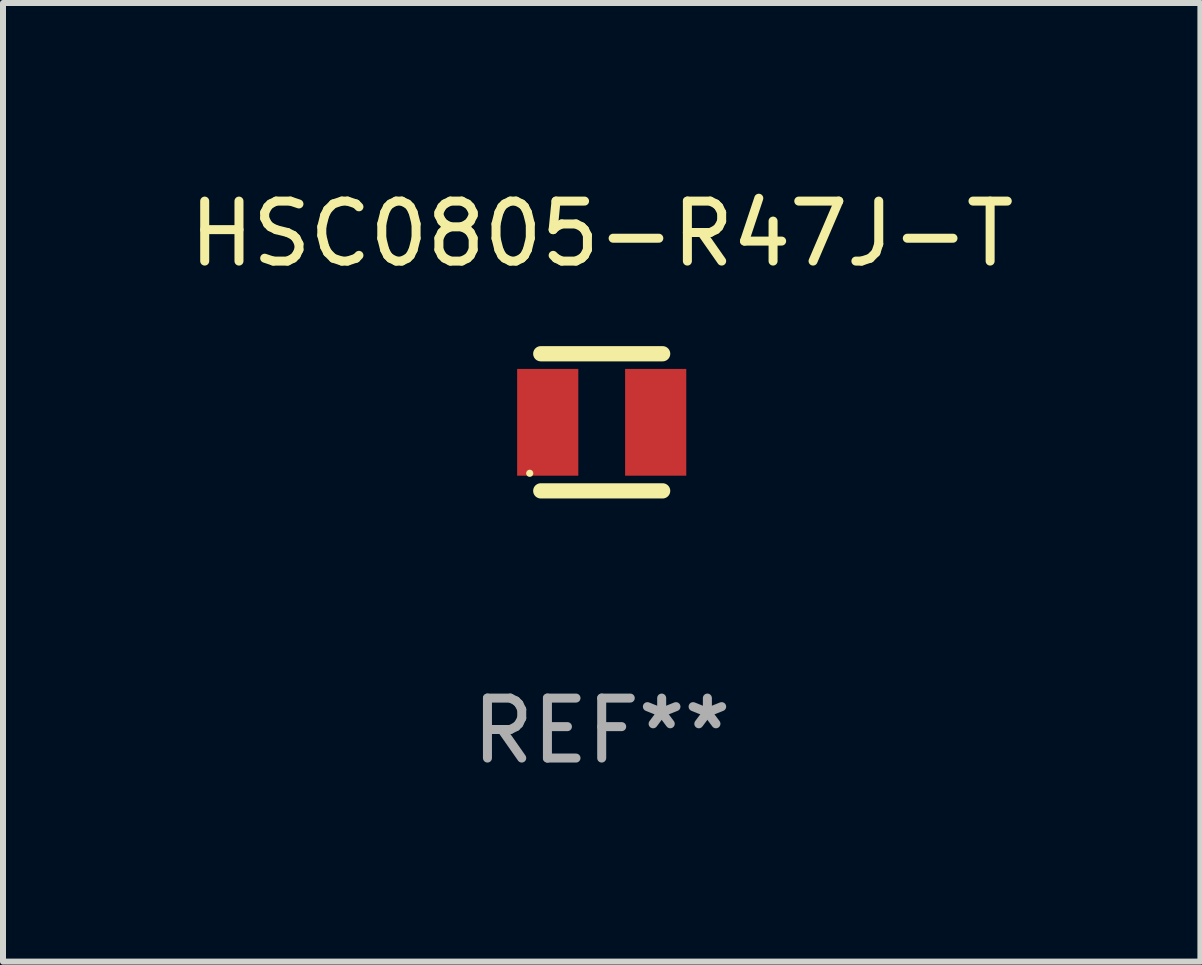
<source format=kicad_pcb>
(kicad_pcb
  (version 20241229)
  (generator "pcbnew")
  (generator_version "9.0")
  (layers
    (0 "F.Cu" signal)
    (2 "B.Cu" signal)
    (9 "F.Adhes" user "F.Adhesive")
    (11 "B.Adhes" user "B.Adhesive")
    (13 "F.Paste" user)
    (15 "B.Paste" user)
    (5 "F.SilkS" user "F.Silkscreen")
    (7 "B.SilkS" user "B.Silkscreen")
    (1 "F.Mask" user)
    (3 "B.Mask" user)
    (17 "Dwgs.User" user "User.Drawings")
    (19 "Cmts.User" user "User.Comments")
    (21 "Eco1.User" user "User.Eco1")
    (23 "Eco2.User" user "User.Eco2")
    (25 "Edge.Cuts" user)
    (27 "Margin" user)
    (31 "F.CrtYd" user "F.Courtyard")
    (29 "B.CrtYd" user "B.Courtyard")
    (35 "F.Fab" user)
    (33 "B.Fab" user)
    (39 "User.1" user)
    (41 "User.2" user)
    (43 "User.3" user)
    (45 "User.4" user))
  (footprint "HSC0805-R47J-T"
    (layer "F.Cu")
    (at 6.982 3.991)
    (property "Reference" "HSC0805-R47J-T" (at 0 -3.143 0) (layer "F.SilkS") (effects (font (size 1 1) (thickness 0.15))))
    (attr through_hole)
    (fp_line (start -1.016 -1.143) (end 1.016 -1.143) (stroke (width 0.254) (type solid)) (layer "F.SilkS"))
    (fp_line (start -1.016 1.143) (end 1.016 1.143) (stroke (width 0.254) (type solid)) (layer "F.SilkS"))
    (fp_circle (center -1.2 0.85) (end -1.17 0.85) (stroke (width 0.06) (type solid)) (fill no) (layer "F.SilkS"))
    (fp_text user "REF**" (at 0 5.143 0) (layer "F.Fab") (effects (font (size 1 1) (thickness 0.15))))
    (pad "1" smd rect (at -0.9 0) (size 1.02 1.78) (layers "F.Cu" "F.Mask" "F.Paste"))
    (pad "2" smd rect (at 0.9 0) (size 1.02 1.78) (layers "F.Cu" "F.Mask" "F.Paste")))
  (gr_rect
    (start -3 -3)
    (end 16.964 12.983)
    (stroke (width 0.1) (type default))
    (fill no)
    (layer "Edge.Cuts")))
</source>
